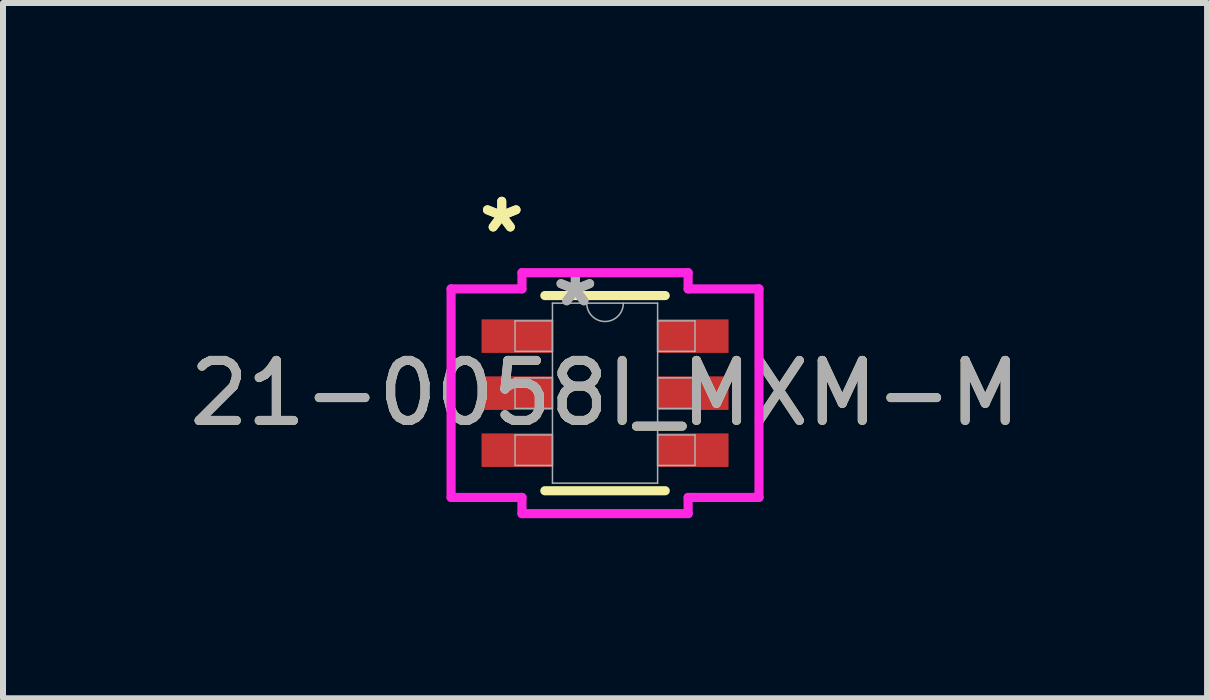
<source format=kicad_pcb>
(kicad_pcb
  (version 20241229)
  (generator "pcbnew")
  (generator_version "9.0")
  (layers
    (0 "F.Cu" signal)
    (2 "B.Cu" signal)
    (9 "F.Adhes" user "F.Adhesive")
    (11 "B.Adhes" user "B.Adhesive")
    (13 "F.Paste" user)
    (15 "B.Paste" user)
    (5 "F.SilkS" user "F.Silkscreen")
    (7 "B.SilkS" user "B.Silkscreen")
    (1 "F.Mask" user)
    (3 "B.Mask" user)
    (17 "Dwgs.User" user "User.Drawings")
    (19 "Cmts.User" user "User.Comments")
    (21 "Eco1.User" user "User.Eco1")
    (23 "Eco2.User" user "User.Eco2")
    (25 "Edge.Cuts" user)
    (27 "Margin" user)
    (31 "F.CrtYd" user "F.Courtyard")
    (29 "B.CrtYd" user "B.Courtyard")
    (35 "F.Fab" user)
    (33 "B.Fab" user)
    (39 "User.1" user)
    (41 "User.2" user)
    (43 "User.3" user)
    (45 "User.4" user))
  (footprint "21-0058I_MXM-M"
    (layer "F.Cu")
    (at 7.03 3.5)
    (property "Reference" "21-0058I_MXM-M" (at 0 0 0) (unlocked yes) (layer "F.SilkS") (effects (font (size 1 1) (thickness 0.15))))
    (attr smd)
    (fp_line (start -1.003 1.626) (end 1.003 1.626) (stroke (width 0.152) (type solid)) (layer "F.SilkS"))
    (fp_line (start 1.003 -1.626) (end -1.003 -1.626) (stroke (width 0.152) (type solid)) (layer "F.SilkS"))
    (fp_line (start -2.565 -1.737) (end -1.384 -1.737) (stroke (width 0.152) (type solid)) (layer "F.CrtYd"))
    (fp_line (start -2.565 1.737) (end -2.565 -1.737) (stroke (width 0.152) (type solid)) (layer "F.CrtYd"))
    (fp_line (start -2.565 1.737) (end -1.384 1.737) (stroke (width 0.152) (type solid)) (layer "F.CrtYd"))
    (fp_line (start -1.384 -2.007) (end 1.384 -2.007) (stroke (width 0.152) (type solid)) (layer "F.CrtYd"))
    (fp_line (start -1.384 -1.737) (end -1.384 -2.007) (stroke (width 0.152) (type solid)) (layer "F.CrtYd"))
    (fp_line (start -1.384 2.007) (end -1.384 1.737) (stroke (width 0.152) (type solid)) (layer "F.CrtYd"))
    (fp_line (start 1.384 -2.007) (end 1.384 -1.737) (stroke (width 0.152) (type solid)) (layer "F.CrtYd"))
    (fp_line (start 1.384 1.737) (end 1.384 2.007) (stroke (width 0.152) (type solid)) (layer "F.CrtYd"))
    (fp_line (start 1.384 2.007) (end -1.384 2.007) (stroke (width 0.152) (type solid)) (layer "F.CrtYd"))
    (fp_line (start 2.565 -1.737) (end 1.384 -1.737) (stroke (width 0.152) (type solid)) (layer "F.CrtYd"))
    (fp_line (start 2.565 -1.737) (end 2.565 1.737) (stroke (width 0.152) (type solid)) (layer "F.CrtYd"))
    (fp_line (start 2.565 1.737) (end 1.384 1.737) (stroke (width 0.152) (type solid)) (layer "F.CrtYd"))
    (fp_line (start -1.499 -1.204) (end -1.499 -0.696) (stroke (width 0.025) (type solid)) (layer "F.Fab"))
    (fp_line (start -1.499 -0.696) (end -0.876 -0.696) (stroke (width 0.025) (type solid)) (layer "F.Fab"))
    (fp_line (start -1.499 -0.254) (end -1.499 0.254) (stroke (width 0.025) (type solid)) (layer "F.Fab"))
    (fp_line (start -1.499 0.254) (end -0.876 0.254) (stroke (width 0.025) (type solid)) (layer "F.Fab"))
    (fp_line (start -1.499 0.696) (end -1.499 1.204) (stroke (width 0.025) (type solid)) (layer "F.Fab"))
    (fp_line (start -1.499 1.204) (end -0.876 1.204) (stroke (width 0.025) (type solid)) (layer "F.Fab"))
    (fp_line (start -0.876 -1.499) (end -0.876 1.499) (stroke (width 0.025) (type solid)) (layer "F.Fab"))
    (fp_line (start -0.876 -1.204) (end -1.499 -1.204) (stroke (width 0.025) (type solid)) (layer "F.Fab"))
    (fp_line (start -0.876 -0.696) (end -0.876 -1.204) (stroke (width 0.025) (type solid)) (layer "F.Fab"))
    (fp_line (start -0.876 -0.254) (end -1.499 -0.254) (stroke (width 0.025) (type solid)) (layer "F.Fab"))
    (fp_line (start -0.876 0.254) (end -0.876 -0.254) (stroke (width 0.025) (type solid)) (layer "F.Fab"))
    (fp_line (start -0.876 0.696) (end -1.499 0.696) (stroke (width 0.025) (type solid)) (layer "F.Fab"))
    (fp_line (start -0.876 1.204) (end -0.876 0.696) (stroke (width 0.025) (type solid)) (layer "F.Fab"))
    (fp_line (start -0.876 1.499) (end 0.876 1.499) (stroke (width 0.025) (type solid)) (layer "F.Fab"))
    (fp_line (start 0.876 -1.499) (end -0.876 -1.499) (stroke (width 0.025) (type solid)) (layer "F.Fab"))
    (fp_line (start 0.876 -1.204) (end 0.876 -0.696) (stroke (width 0.025) (type solid)) (layer "F.Fab"))
    (fp_line (start 0.876 -0.696) (end 1.499 -0.696) (stroke (width 0.025) (type solid)) (layer "F.Fab"))
    (fp_line (start 0.876 -0.254) (end 0.876 0.254) (stroke (width 0.025) (type solid)) (layer "F.Fab"))
    (fp_line (start 0.876 0.254) (end 1.499 0.254) (stroke (width 0.025) (type solid)) (layer "F.Fab"))
    (fp_line (start 0.876 0.696) (end 0.876 1.204) (stroke (width 0.025) (type solid)) (layer "F.Fab"))
    (fp_line (start 0.876 1.204) (end 1.499 1.204) (stroke (width 0.025) (type solid)) (layer "F.Fab"))
    (fp_line (start 0.876 1.499) (end 0.876 -1.499) (stroke (width 0.025) (type solid)) (layer "F.Fab"))
    (fp_line (start 1.499 -1.204) (end 0.876 -1.204) (stroke (width 0.025) (type solid)) (layer "F.Fab"))
    (fp_line (start 1.499 -0.696) (end 1.499 -1.204) (stroke (width 0.025) (type solid)) (layer "F.Fab"))
    (fp_line (start 1.499 -0.254) (end 0.876 -0.254) (stroke (width 0.025) (type solid)) (layer "F.Fab"))
    (fp_line (start 1.499 0.254) (end 1.499 -0.254) (stroke (width 0.025) (type solid)) (layer "F.Fab"))
    (fp_line (start 1.499 0.696) (end 0.876 0.696) (stroke (width 0.025) (type solid)) (layer "F.Fab"))
    (fp_line (start 1.499 1.204) (end 1.499 0.696) (stroke (width 0.025) (type solid)) (layer "F.Fab"))
    (fp_arc (start 0.3048 -1.4986) (mid 0 -1.1938) (end -0.3048 -1.4986) (stroke (width 0.0254) (type solid)) (layer "F.Fab"))
    (fp_text user "*" (at -1.721 -2.652 0) (unlocked yes) (layer "F.SilkS") (effects (font (size 1 1) (thickness 0.15))))
    (fp_text user "*" (at -1.721 -2.652 0) (layer "F.SilkS") (effects (font (size 1 1) (thickness 0.15))))
    (fp_text user "*" (at -0.495 -1.422 0) (unlocked yes) (layer "F.Fab") (effects (font (size 1 1) (thickness 0.15))))
    (fp_text user "*" (at -0.495 -1.422 0) (layer "F.Fab") (effects (font (size 1 1) (thickness 0.15))))
    (fp_text user "${REFERENCE}" (at 0 0 0) (unlocked yes) (layer "F.Fab") (effects (font (size 1 1) (thickness 0.15))))
    (pad "1" smd rect (at -1.467 -0.95) (size 1.181 0.559) (layers "F.Cu" "F.Mask" "F.Paste"))
    (pad "2" smd rect (at -1.467 0) (size 1.181 0.559) (layers "F.Cu" "F.Mask" "F.Paste"))
    (pad "3" smd rect (at -1.467 0.95) (size 1.181 0.559) (layers "F.Cu" "F.Mask" "F.Paste"))
    (pad "4" smd rect (at 1.467 0.95) (size 1.181 0.559) (layers "F.Cu" "F.Mask" "F.Paste"))
    (pad "5" smd rect (at 1.467 0) (size 1.181 0.559) (layers "F.Cu" "F.Mask" "F.Paste"))
    (pad "6" smd rect (at 1.467 -0.95) (size 1.181 0.559) (layers "F.Cu" "F.Mask" "F.Paste")))
  (gr_rect
    (start -3 -3)
    (end 17.06 8.583)
    (stroke (width 0.1) (type default))
    (fill no)
    (layer "Edge.Cuts")))
</source>
